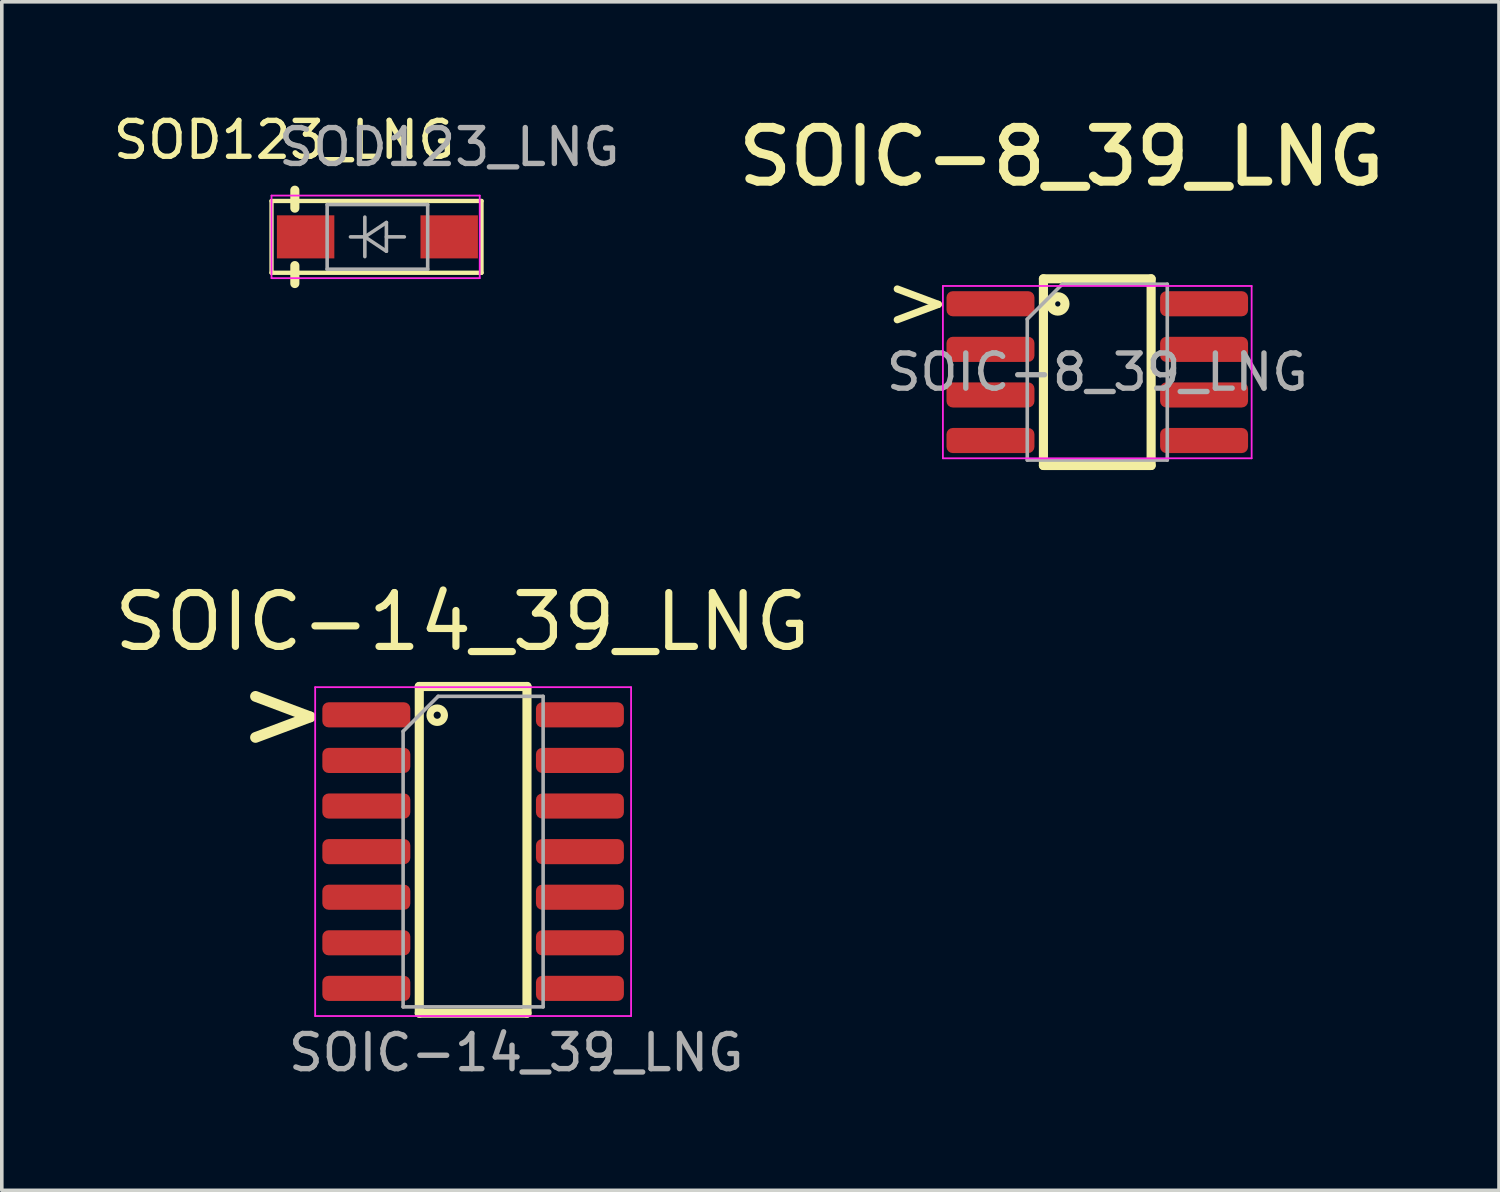
<source format=kicad_pcb>
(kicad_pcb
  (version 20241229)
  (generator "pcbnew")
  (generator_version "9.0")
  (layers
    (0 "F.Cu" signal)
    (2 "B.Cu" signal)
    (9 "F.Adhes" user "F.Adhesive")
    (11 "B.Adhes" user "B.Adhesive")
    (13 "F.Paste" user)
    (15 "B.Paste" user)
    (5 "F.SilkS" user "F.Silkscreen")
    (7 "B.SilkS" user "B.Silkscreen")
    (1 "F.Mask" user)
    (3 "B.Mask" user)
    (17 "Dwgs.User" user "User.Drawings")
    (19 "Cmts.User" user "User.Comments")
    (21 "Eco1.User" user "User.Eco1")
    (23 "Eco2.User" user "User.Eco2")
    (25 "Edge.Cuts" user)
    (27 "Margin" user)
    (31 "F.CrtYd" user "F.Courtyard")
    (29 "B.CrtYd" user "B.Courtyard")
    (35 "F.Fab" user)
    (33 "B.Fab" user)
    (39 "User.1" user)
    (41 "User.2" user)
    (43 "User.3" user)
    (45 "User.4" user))
  (footprint "SOIC-14_39_LNG"
    (layer "F.Cu")
    (at 9.629 20.672)
    (property "Reference" "SOIC-14_39_LNG" (at 0.2 -6.4 0) (layer "F.SilkS") (effects (font (size 1.5 1.5) (thickness 0.2))))
    (attr smd)
    (fp_line (start -1 -4.6) (end -1 4.5) (stroke (width 0.254) (type solid)) (layer "F.SilkS"))
    (fp_line (start -1 4.5) (end 2 4.5) (stroke (width 0.254) (type solid)) (layer "F.SilkS"))
    (fp_line (start 2 -4.6) (end -1 -4.6) (stroke (width 0.254) (type solid)) (layer "F.SilkS"))
    (fp_line (start 2 4.5) (end 2 -4.6) (stroke (width 0.254) (type solid)) (layer "F.SilkS"))
    (fp_circle (center -0.5 -3.8) (end -0.3 -3.8) (stroke (width 0.2) (type solid)) (fill no) (layer "F.SilkS"))
    (fp_line (start -3.9 -4.58) (end -3.9 4.58) (stroke (width 0.05) (type solid)) (layer "F.CrtYd"))
    (fp_line (start -3.9 4.58) (end 4.9 4.58) (stroke (width 0.05) (type solid)) (layer "F.CrtYd"))
    (fp_line (start 4.9 -4.58) (end -3.9 -4.58) (stroke (width 0.05) (type solid)) (layer "F.CrtYd"))
    (fp_line (start 4.9 4.58) (end 4.9 -4.58) (stroke (width 0.05) (type solid)) (layer "F.CrtYd"))
    (fp_line (start -1.45 -3.35) (end -0.475 -4.325) (stroke (width 0.1) (type solid)) (layer "F.Fab"))
    (fp_line (start -1.45 4.325) (end -1.45 -3.35) (stroke (width 0.1) (type solid)) (layer "F.Fab"))
    (fp_line (start -0.475 -4.325) (end 2.45 -4.325) (stroke (width 0.1) (type solid)) (layer "F.Fab"))
    (fp_line (start 2.45 -4.325) (end 2.45 4.325) (stroke (width 0.1) (type solid)) (layer "F.Fab"))
    (fp_line (start 2.45 4.325) (end -1.45 4.325) (stroke (width 0.1) (type solid)) (layer "F.Fab"))
    (fp_text user ">" (at -4.8 -3.9 0) (unlocked yes) (layer "F.SilkS") (effects (font (size 2 2) (thickness 0.3))))
    (fp_text user "${REFERENCE}" (at 1.7 5.6 0) (layer "F.Fab") (effects (font (size 0.98 0.98) (thickness 0.15))))
    (pad "1" smd roundrect (at -2.475 -3.81) (size 2.45 0.7) (layers "F.Cu" "F.Mask" "F.Paste") (roundrect_rratio 0.25))
    (pad "2" smd roundrect (at -2.475 -2.54) (size 2.45 0.7) (layers "F.Cu" "F.Mask" "F.Paste") (roundrect_rratio 0.25))
    (pad "3" smd roundrect (at -2.475 -1.27) (size 2.45 0.7) (layers "F.Cu" "F.Mask" "F.Paste") (roundrect_rratio 0.25))
    (pad "4" smd roundrect (at -2.475 0) (size 2.45 0.7) (layers "F.Cu" "F.Mask" "F.Paste") (roundrect_rratio 0.25))
    (pad "5" smd roundrect (at -2.475 1.27) (size 2.45 0.7) (layers "F.Cu" "F.Mask" "F.Paste") (roundrect_rratio 0.25))
    (pad "6" smd roundrect (at -2.475 2.54) (size 2.45 0.7) (layers "F.Cu" "F.Mask" "F.Paste") (roundrect_rratio 0.25))
    (pad "7" smd roundrect (at -2.475 3.81) (size 2.45 0.7) (layers "F.Cu" "F.Mask" "F.Paste") (roundrect_rratio 0.25))
    (pad "8" smd roundrect (at 3.475 3.81) (size 2.45 0.7) (layers "F.Cu" "F.Mask" "F.Paste") (roundrect_rratio 0.25))
    (pad "9" smd roundrect (at 3.475 2.54) (size 2.45 0.7) (layers "F.Cu" "F.Mask" "F.Paste") (roundrect_rratio 0.25))
    (pad "10" smd roundrect (at 3.475 1.27) (size 2.45 0.7) (layers "F.Cu" "F.Mask" "F.Paste") (roundrect_rratio 0.25))
    (pad "11" smd roundrect (at 3.475 0) (size 2.45 0.7) (layers "F.Cu" "F.Mask" "F.Paste") (roundrect_rratio 0.25))
    (pad "12" smd roundrect (at 3.475 -1.27) (size 2.45 0.7) (layers "F.Cu" "F.Mask" "F.Paste") (roundrect_rratio 0.25))
    (pad "13" smd roundrect (at 3.475 -2.54) (size 2.45 0.7) (layers "F.Cu" "F.Mask" "F.Paste") (roundrect_rratio 0.25))
    (pad "14" smd roundrect (at 3.475 -3.81) (size 2.45 0.7) (layers "F.Cu" "F.Mask" "F.Paste") (roundrect_rratio 0.25)))
  (footprint "SOD123_LNG"
    (layer "F.Cu")
    (at 7.463 3.548)
    (property "Reference" "SOD123_LNG" (at -2.6 -2.7 0) (layer "F.SilkS") (effects (font (size 1 1) (thickness 0.15))))
    (attr smd)
    (fp_line (start -2.95 -1) (end -2.95 1) (stroke (width 0.12) (type solid)) (layer "F.SilkS"))
    (fp_line (start -2.95 -1) (end 2.9 -1) (stroke (width 0.12) (type solid)) (layer "F.SilkS"))
    (fp_line (start -2.95 1) (end 2.9 1) (stroke (width 0.12) (type solid)) (layer "F.SilkS"))
    (fp_line (start -2.3 -0.8) (end -2.3 -1.3) (stroke (width 0.254) (type solid)) (layer "F.SilkS"))
    (fp_line (start -2.3 0.8) (end -2.3 1.3) (stroke (width 0.254) (type solid)) (layer "F.SilkS"))
    (fp_line (start 2.9 -1) (end 2.9 1) (stroke (width 0.12) (type solid)) (layer "F.SilkS"))
    (fp_line (start -2.95 -1.15) (end -2.95 1.15) (stroke (width 0.05) (type solid)) (layer "F.CrtYd"))
    (fp_line (start -2.95 -1.15) (end 2.85 -1.15) (stroke (width 0.05) (type solid)) (layer "F.CrtYd"))
    (fp_line (start 2.85 -1.15) (end 2.85 1.15) (stroke (width 0.05) (type solid)) (layer "F.CrtYd"))
    (fp_line (start 2.85 1.15) (end -2.95 1.15) (stroke (width 0.05) (type solid)) (layer "F.CrtYd"))
    (fp_line (start -1.4 -0.9) (end 1.4 -0.9) (stroke (width 0.1) (type solid)) (layer "F.Fab"))
    (fp_line (start -1.4 0.9) (end -1.4 -0.9) (stroke (width 0.1) (type solid)) (layer "F.Fab"))
    (fp_line (start -0.75 0) (end -0.35 0) (stroke (width 0.1) (type solid)) (layer "F.Fab"))
    (fp_line (start -0.35 0) (end -0.35 -0.55) (stroke (width 0.1) (type solid)) (layer "F.Fab"))
    (fp_line (start -0.35 0) (end -0.35 0.55) (stroke (width 0.1) (type solid)) (layer "F.Fab"))
    (fp_line (start -0.35 0) (end 0.25 -0.4) (stroke (width 0.1) (type solid)) (layer "F.Fab"))
    (fp_line (start 0.25 -0.4) (end 0.25 0.4) (stroke (width 0.1) (type solid)) (layer "F.Fab"))
    (fp_line (start 0.25 0) (end 0.75 0) (stroke (width 0.1) (type solid)) (layer "F.Fab"))
    (fp_line (start 0.25 0.4) (end -0.35 0) (stroke (width 0.1) (type solid)) (layer "F.Fab"))
    (fp_line (start 1.4 -0.9) (end 1.4 0.9) (stroke (width 0.1) (type solid)) (layer "F.Fab"))
    (fp_line (start 1.4 0.9) (end -1.4 0.9) (stroke (width 0.1) (type solid)) (layer "F.Fab"))
    (fp_text user "${REFERENCE}" (at 2 -2.5 0) (layer "F.Fab") (effects (font (size 1 1) (thickness 0.15))))
    (pad "1" smd rect (at -2 0) (size 1.6 1.2) (layers "F.Cu" "F.Mask" "F.Paste"))
    (pad "2" smd rect (at 2 0) (size 1.6 1.2) (layers "F.Cu" "F.Mask" "F.Paste")))
  (footprint "SOIC-8_39_LNG"
    (layer "F.Cu")
    (at 27.015 7.316)
    (property "Reference" "SOIC-8_39_LNG" (at -0.5 -6 0) (layer "F.SilkS") (effects (font (size 1.5 1.5) (thickness 0.25))))
    (attr smd)
    (fp_line (start -1 -2.6) (end -1 2.6) (stroke (width 0.254) (type solid)) (layer "F.SilkS"))
    (fp_line (start -1 2.6) (end 2 2.6) (stroke (width 0.254) (type solid)) (layer "F.SilkS"))
    (fp_line (start 2 -2.6) (end -1 -2.6) (stroke (width 0.254) (type solid)) (layer "F.SilkS"))
    (fp_line (start 2 2.6) (end 2 -2.6) (stroke (width 0.254) (type solid)) (layer "F.SilkS"))
    (fp_circle (center -0.6 -1.9) (end -0.4 -1.9) (stroke (width 0.254) (type solid)) (fill no) (layer "F.SilkS"))
    (fp_line (start -3.8 -2.4) (end 4.8 -2.4) (stroke (width 0.05) (type solid)) (layer "F.CrtYd"))
    (fp_line (start -3.8 2.4) (end -3.8 -2.4) (stroke (width 0.05) (type solid)) (layer "F.CrtYd"))
    (fp_line (start 4.8 -2.4) (end 4.8 2.4) (stroke (width 0.05) (type solid)) (layer "F.CrtYd"))
    (fp_line (start 4.8 2.4) (end -3.8 2.4) (stroke (width 0.05) (type solid)) (layer "F.CrtYd"))
    (fp_line (start -1.45 -1.475) (end -0.475 -2.45) (stroke (width 0.1) (type solid)) (layer "F.Fab"))
    (fp_line (start -1.45 2.45) (end -1.45 -1.475) (stroke (width 0.1) (type solid)) (layer "F.Fab"))
    (fp_line (start -0.475 -2.45) (end 2.45 -2.45) (stroke (width 0.1) (type solid)) (layer "F.Fab"))
    (fp_line (start 2.45 -2.45) (end 2.45 2.45) (stroke (width 0.1) (type solid)) (layer "F.Fab"))
    (fp_line (start 2.45 2.45) (end -1.45 2.45) (stroke (width 0.1) (type solid)) (layer "F.Fab"))
    (fp_text user ">" (at -4.5 -2 0) (unlocked yes) (layer "F.SilkS") (effects (font (size 1.5 1.5) (thickness 0.2))))
    (fp_text user "${REFERENCE}" (at 0.5 0 0) (layer "F.Fab") (effects (font (size 0.98 0.98) (thickness 0.15))))
    (pad "1" smd roundrect (at -2.475 -1.905) (size 2.45 0.7) (layers "F.Cu" "F.Mask" "F.Paste") (roundrect_rratio 0.25))
    (pad "2" smd roundrect (at -2.475 -0.635) (size 2.45 0.7) (layers "F.Cu" "F.Mask" "F.Paste") (roundrect_rratio 0.25))
    (pad "3" smd roundrect (at -2.475 0.635) (size 2.45 0.7) (layers "F.Cu" "F.Mask" "F.Paste") (roundrect_rratio 0.25))
    (pad "4" smd roundrect (at -2.475 1.905) (size 2.45 0.7) (layers "F.Cu" "F.Mask" "F.Paste") (roundrect_rratio 0.25))
    (pad "5" smd roundrect (at 3.475 1.905) (size 2.45 0.7) (layers "F.Cu" "F.Mask" "F.Paste") (roundrect_rratio 0.25))
    (pad "6" smd roundrect (at 3.475 0.635) (size 2.45 0.7) (layers "F.Cu" "F.Mask" "F.Paste") (roundrect_rratio 0.25))
    (pad "7" smd roundrect (at 3.475 -0.635) (size 2.45 0.7) (layers "F.Cu" "F.Mask" "F.Paste") (roundrect_rratio 0.25))
    (pad "8" smd roundrect (at 3.475 -1.905) (size 2.45 0.7) (layers "F.Cu" "F.Mask" "F.Paste") (roundrect_rratio 0.25)))
  (gr_rect
    (start -3 -3)
    (end 38.705 30.108)
    (stroke (width 0.1) (type default))
    (fill no)
    (layer "Edge.Cuts")))
</source>
